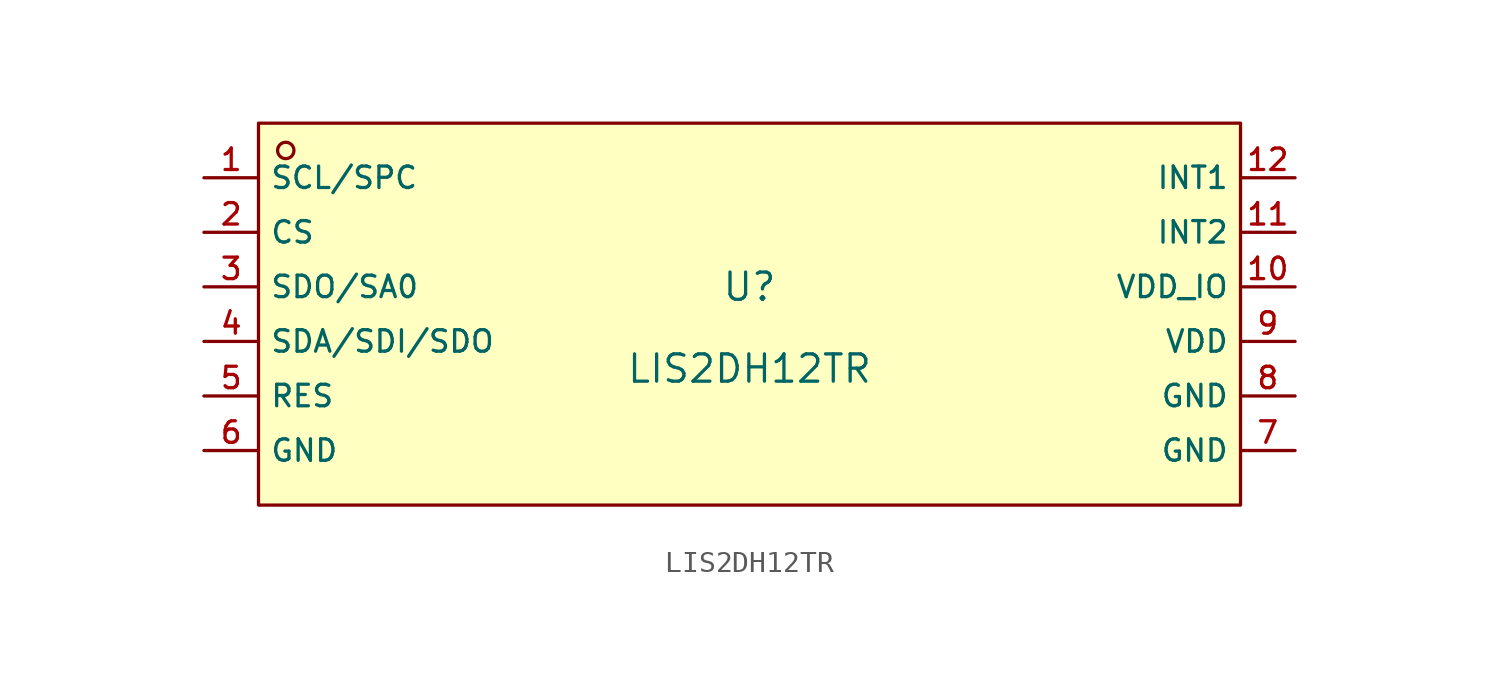
<source format=kicad_sym>
(kicad_symbol_lib
  (version 20210201)
  (generator TousstNicolas/JLC2KiCad_lib)
  (symbol "LIS2DH12TR"
    (property "Reference" "U"
      (at 0 1.27 0)
      (effects (font (size 1.27 1.27))))
    (property "Value" "LIS2DH12TR"
      (at 0 -2.54 0)
      (effects (font (size 1.27 1.27))))
    (symbol "LIS2DH12TR_0_1"
      (rectangle (start -22.86 8.89) (end 22.86 -8.89) (stroke (width 0) (type default) (color 0 0 0 0)) (fill (type background)))
      (circle (center -21.59 7.62) (radius 0.381) (stroke (width 0) (type default) (color 0 0 0 0)) (fill (type background)))
      (pin unspecified line (at -25.4 6.35 0) (length 2.54) (name "SCL/SPC" (effects (font (size 1 1)))) (number "1" (effects (font (size 1 1)))))
      (pin unspecified line (at -25.4 3.81 0) (length 2.54) (name "CS" (effects (font (size 1 1)))) (number "2" (effects (font (size 1 1)))))
      (pin unspecified line (at -25.4 1.27 0) (length 2.54) (name "SDO/SA0" (effects (font (size 1 1)))) (number "3" (effects (font (size 1 1)))))
      (pin unspecified line (at -25.4 -1.27 0) (length 2.54) (name "SDA/SDI/SDO" (effects (font (size 1 1)))) (number "4" (effects (font (size 1 1)))))
      (pin unspecified line (at -25.4 -3.81 0) (length 2.54) (name "RES" (effects (font (size 1 1)))) (number "5" (effects (font (size 1 1)))))
      (pin unspecified line (at -25.4 -6.35 0) (length 2.54) (name "GND" (effects (font (size 1 1)))) (number "6" (effects (font (size 1 1)))))
      (pin unspecified line (at 25.4 -6.35 180) (length 2.54) (name "GND" (effects (font (size 1 1)))) (number "7" (effects (font (size 1 1)))))
      (pin unspecified line (at 25.4 -3.81 180) (length 2.54) (name "GND" (effects (font (size 1 1)))) (number "8" (effects (font (size 1 1)))))
      (pin unspecified line (at 25.4 -1.27 180) (length 2.54) (name "VDD" (effects (font (size 1 1)))) (number "9" (effects (font (size 1 1)))))
      (pin unspecified line (at 25.4 1.27 180) (length 2.54) (name "VDD_IO" (effects (font (size 1 1)))) (number "10" (effects (font (size 1 1)))))
      (pin unspecified line (at 25.4 3.81 180) (length 2.54) (name "INT2" (effects (font (size 1 1)))) (number "11" (effects (font (size 1 1)))))
      (pin unspecified line (at 25.4 6.35 180) (length 2.54) (name "INT1" (effects (font (size 1 1)))) (number "12" (effects (font (size 1 1))))))))
</source>
